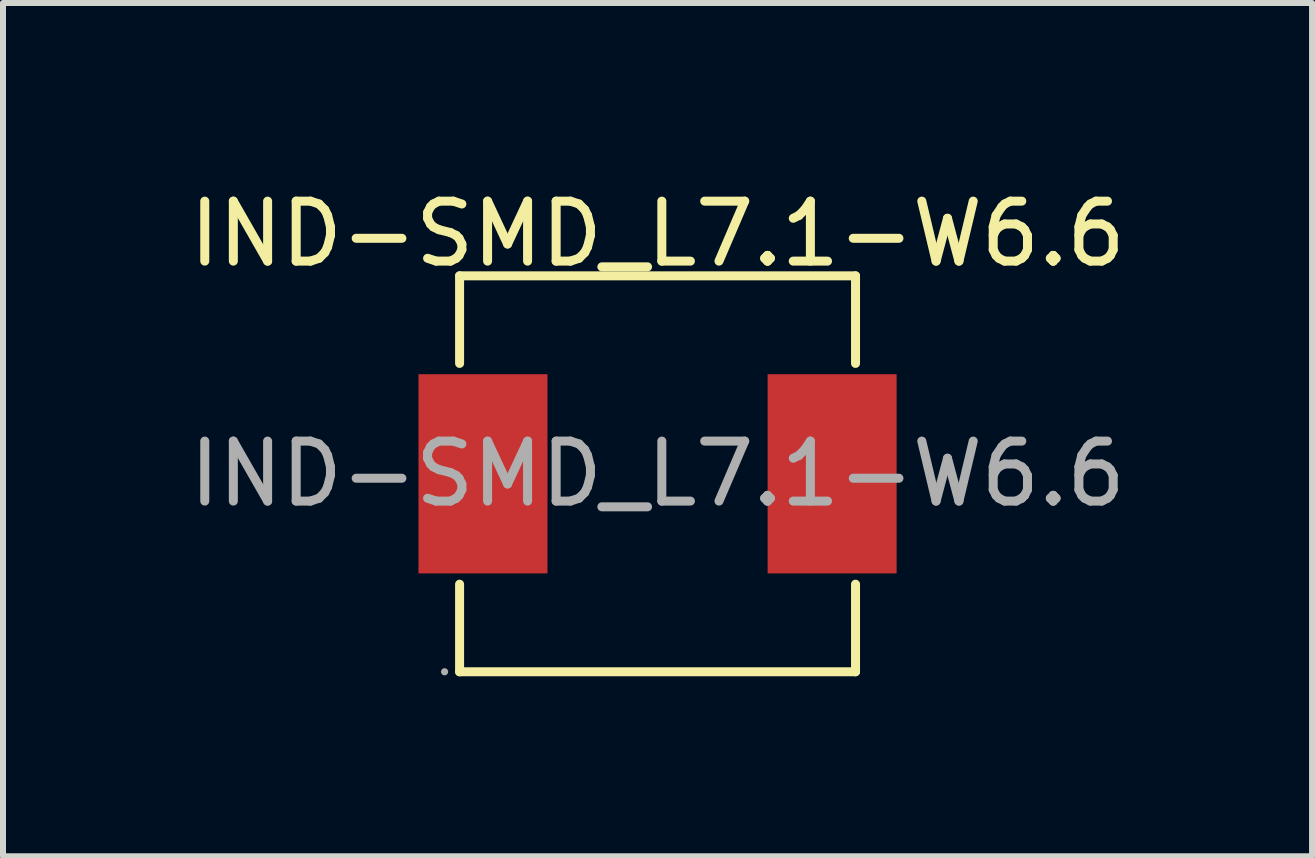
<source format=kicad_pcb>
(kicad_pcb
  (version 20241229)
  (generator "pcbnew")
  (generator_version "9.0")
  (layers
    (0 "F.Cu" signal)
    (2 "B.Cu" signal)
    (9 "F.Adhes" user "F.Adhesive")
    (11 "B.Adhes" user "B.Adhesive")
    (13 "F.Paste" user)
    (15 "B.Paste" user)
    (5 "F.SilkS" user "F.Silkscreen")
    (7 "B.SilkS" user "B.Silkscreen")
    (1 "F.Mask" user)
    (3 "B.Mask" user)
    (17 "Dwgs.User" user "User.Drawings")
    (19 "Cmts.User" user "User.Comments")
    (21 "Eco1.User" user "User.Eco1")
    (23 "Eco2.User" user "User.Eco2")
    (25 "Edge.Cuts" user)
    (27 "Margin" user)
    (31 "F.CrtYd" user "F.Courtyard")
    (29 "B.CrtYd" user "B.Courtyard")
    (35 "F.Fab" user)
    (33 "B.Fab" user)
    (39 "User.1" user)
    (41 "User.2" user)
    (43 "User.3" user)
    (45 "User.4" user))
  (footprint "IND-SMD_L7.1-W6.6"
    (layer "F.Cu")
    (at 7.911 4.848)
    (property "Reference" "IND-SMD_L7.1-W6.6" (at 0 -4 0) (layer "F.SilkS") (effects (font (size 1 1) (thickness 0.15))))
    (attr smd)
    (fp_line (start -3.3 -3.3) (end -3.3 -1.84) (stroke (width 0.15) (type solid)) (layer "F.SilkS"))
    (fp_line (start -3.3 1.84) (end -3.3 3.3) (stroke (width 0.15) (type solid)) (layer "F.SilkS"))
    (fp_line (start -3.3 3.3) (end 3.3 3.3) (stroke (width 0.15) (type solid)) (layer "F.SilkS"))
    (fp_line (start 3.3 -3.3) (end -3.3 -3.3) (stroke (width 0.15) (type solid)) (layer "F.SilkS"))
    (fp_line (start 3.3 -1.84) (end 3.3 -3.3) (stroke (width 0.15) (type solid)) (layer "F.SilkS"))
    (fp_line (start 3.3 3.3) (end 3.3 1.84) (stroke (width 0.15) (type solid)) (layer "F.SilkS"))
    (fp_circle (center -3.55 3.3) (end -3.52 3.3) (stroke (width 0.06) (type solid)) (fill no) (layer "F.Fab"))
    (fp_text user "${REFERENCE}" (at 0 0 0) (layer "F.Fab") (effects (font (size 1 1) (thickness 0.15))))
    (pad "1" smd rect (at -2.91 0) (size 2.15 3.32) (layers "F.Cu" "F.Mask" "F.Paste"))
    (pad "2" smd rect (at 2.91 0) (size 2.15 3.32) (layers "F.Cu" "F.Mask" "F.Paste")))
  (gr_rect
    (start -3 -3)
    (end 18.821 11.223)
    (stroke (width 0.1) (type default))
    (fill no)
    (layer "Edge.Cuts")))
</source>
